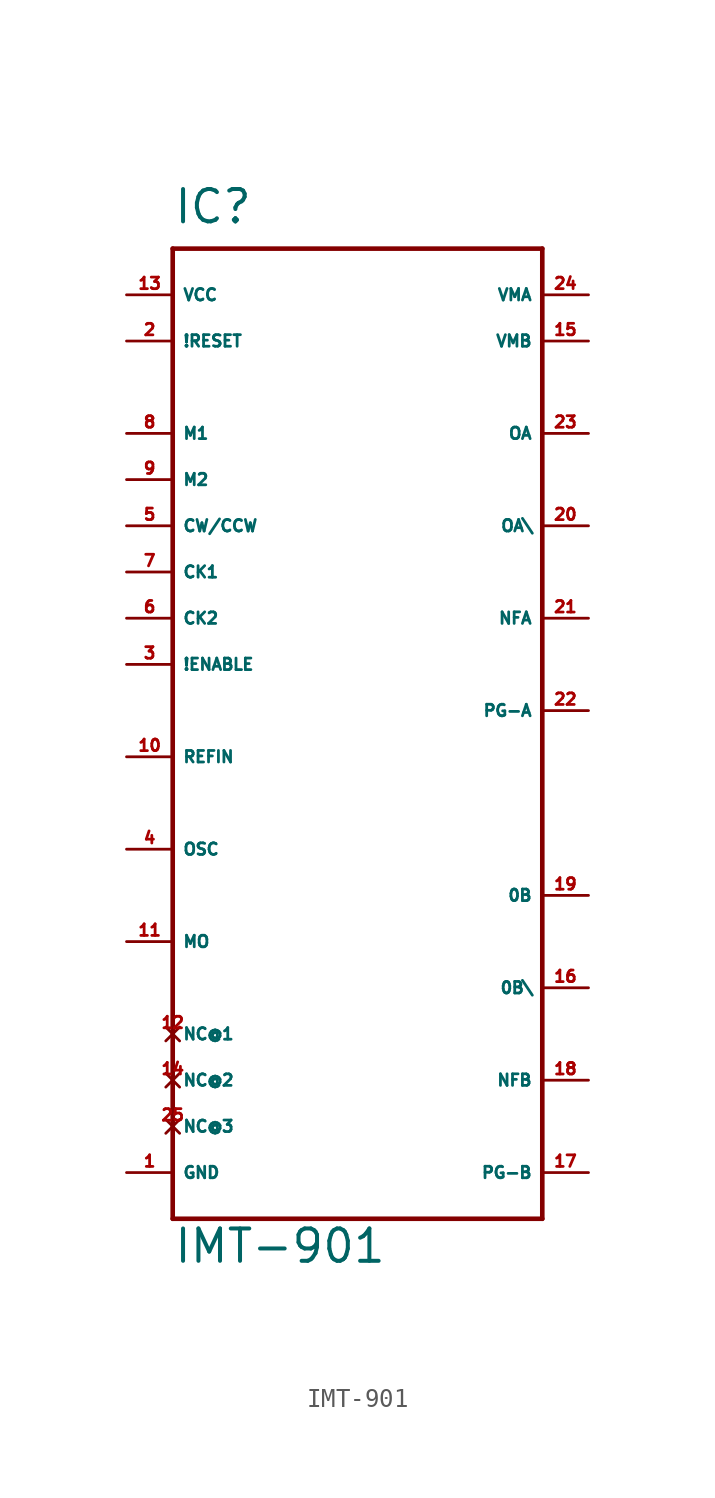
<source format=kicad_sym>
(kicad_symbol_lib
  (version 20220914)
  (generator Eagle2Kicad)
  (symbol "IMT-901"
    (property "Reference" "IC"
      (at -10.16 34.29 0)
      (effects (font (size 1.778 1.778) (thickness 0.22)) (justify left bottom)))
    (property "Value" "IMT-901"
      (at -10.16 -22.86 0)
      (effects (font (size 1.778 1.778) (thickness 0.22)) (justify left bottom)))
    (polyline
      (pts (xy -10.16 33.02) (xy 10.16 33.02))
      (stroke (width 0.254) (type default))
      (fill (type none)))
    (polyline
      (pts (xy 10.16 33.02) (xy 10.16 -20.32))
      (stroke (width 0.254) (type default))
      (fill (type none)))
    (polyline
      (pts (xy 10.16 -20.32) (xy -10.16 -20.32))
      (stroke (width 0.254) (type default))
      (fill (type none)))
    (polyline
      (pts (xy -10.16 -20.32) (xy -10.16 33.02))
      (stroke (width 0.254) (type default))
      (fill (type none)))
    (pin unspecified line
      (at -12.7 -17.78 0)
      (length 2.54)
      (name "GND" (effects (font (size 0.635 0.635) (thickness 0.08)) (justify left bottom)))
      (number "1" (effects (font (size 0.635 0.635) (thickness 0.08)) (justify left bottom))))
    (pin input line
      (at -12.7 27.94 0)
      (length 2.54)
      (name "!RESET" (effects (font (size 0.635 0.635) (thickness 0.08)) (justify left bottom)))
      (number "2" (effects (font (size 0.635 0.635) (thickness 0.08)) (justify left bottom))))
    (pin input line
      (at -12.7 10.16 0)
      (length 2.54)
      (name "!ENABLE" (effects (font (size 0.635 0.635) (thickness 0.08)) (justify left bottom)))
      (number "3" (effects (font (size 0.635 0.635) (thickness 0.08)) (justify left bottom))))
    (pin input line
      (at -12.7 0 0)
      (length 2.54)
      (name "OSC" (effects (font (size 0.635 0.635) (thickness 0.08)) (justify left bottom)))
      (number "4" (effects (font (size 0.635 0.635) (thickness 0.08)) (justify left bottom))))
    (pin input line
      (at -12.7 17.78 0)
      (length 2.54)
      (name "CW/CCW" (effects (font (size 0.635 0.635) (thickness 0.08)) (justify left bottom)))
      (number "5" (effects (font (size 0.635 0.635) (thickness 0.08)) (justify left bottom))))
    (pin input line
      (at -12.7 12.7 0)
      (length 2.54)
      (name "CK2" (effects (font (size 0.635 0.635) (thickness 0.08)) (justify left bottom)))
      (number "6" (effects (font (size 0.635 0.635) (thickness 0.08)) (justify left bottom))))
    (pin input line
      (at -12.7 15.24 0)
      (length 2.54)
      (name "CK1" (effects (font (size 0.635 0.635) (thickness 0.08)) (justify left bottom)))
      (number "7" (effects (font (size 0.635 0.635) (thickness 0.08)) (justify left bottom))))
    (pin input line
      (at -12.7 22.86 0)
      (length 2.54)
      (name "M1" (effects (font (size 0.635 0.635) (thickness 0.08)) (justify left bottom)))
      (number "8" (effects (font (size 0.635 0.635) (thickness 0.08)) (justify left bottom))))
    (pin input line
      (at -12.7 20.32 0)
      (length 2.54)
      (name "M2" (effects (font (size 0.635 0.635) (thickness 0.08)) (justify left bottom)))
      (number "9" (effects (font (size 0.635 0.635) (thickness 0.08)) (justify left bottom))))
    (pin input line
      (at -12.7 5.08 0)
      (length 2.54)
      (name "REFIN" (effects (font (size 0.635 0.635) (thickness 0.08)) (justify left bottom)))
      (number "10" (effects (font (size 0.635 0.635) (thickness 0.08)) (justify left bottom))))
    (pin input line
      (at -12.7 -5.08 0)
      (length 2.54)
      (name "MO" (effects (font (size 0.635 0.635) (thickness 0.08)) (justify left bottom)))
      (number "11" (effects (font (size 0.635 0.635) (thickness 0.08)) (justify left bottom))))
    (pin no_connect line
      (at -10.16 -10.16 0)
      (length 0)
      (name "NC@1" (effects (font (size 0.635 0.635) (thickness 0.08)) (justify left bottom) hide))
      (number "12" (effects (font (size 0.635 0.635) (thickness 0.08)) (justify left bottom) hide)))
    (pin unspecified line
      (at -12.7 30.48 0)
      (length 2.54)
      (name "VCC" (effects (font (size 0.635 0.635) (thickness 0.08)) (justify left bottom)))
      (number "13" (effects (font (size 0.635 0.635) (thickness 0.08)) (justify left bottom))))
    (pin no_connect line
      (at -10.16 -12.7 0)
      (length 0)
      (name "NC@2" (effects (font (size 0.635 0.635) (thickness 0.08)) (justify left bottom) hide))
      (number "14" (effects (font (size 0.635 0.635) (thickness 0.08)) (justify left bottom) hide)))
    (pin input line
      (at 12.7 27.94 180)
      (length 2.54)
      (name "VMB" (effects (font (size 0.635 0.635) (thickness 0.08)) (justify left bottom)))
      (number "15" (effects (font (size 0.635 0.635) (thickness 0.08)) (justify left bottom))))
    (pin output line
      (at 12.7 -7.62 180)
      (length 2.54)
      (name "0B\\" (effects (font (size 0.635 0.635) (thickness 0.08)) (justify left bottom)))
      (number "16" (effects (font (size 0.635 0.635) (thickness 0.08)) (justify left bottom))))
    (pin input line
      (at 12.7 -17.78 180)
      (length 2.54)
      (name "PG-B" (effects (font (size 0.635 0.635) (thickness 0.08)) (justify left bottom)))
      (number "17" (effects (font (size 0.635 0.635) (thickness 0.08)) (justify left bottom))))
    (pin input line
      (at 12.7 -12.7 180)
      (length 2.54)
      (name "NFB" (effects (font (size 0.635 0.635) (thickness 0.08)) (justify left bottom)))
      (number "18" (effects (font (size 0.635 0.635) (thickness 0.08)) (justify left bottom))))
    (pin output line
      (at 12.7 -2.54 180)
      (length 2.54)
      (name "0B" (effects (font (size 0.635 0.635) (thickness 0.08)) (justify left bottom)))
      (number "19" (effects (font (size 0.635 0.635) (thickness 0.08)) (justify left bottom))))
    (pin output line
      (at 12.7 17.78 180)
      (length 2.54)
      (name "OA\\" (effects (font (size 0.635 0.635) (thickness 0.08)) (justify left bottom)))
      (number "20" (effects (font (size 0.635 0.635) (thickness 0.08)) (justify left bottom))))
    (pin input line
      (at 12.7 12.7 180)
      (length 2.54)
      (name "NFA" (effects (font (size 0.635 0.635) (thickness 0.08)) (justify left bottom)))
      (number "21" (effects (font (size 0.635 0.635) (thickness 0.08)) (justify left bottom))))
    (pin input line
      (at 12.7 7.62 180)
      (length 2.54)
      (name "PG-A" (effects (font (size 0.635 0.635) (thickness 0.08)) (justify left bottom)))
      (number "22" (effects (font (size 0.635 0.635) (thickness 0.08)) (justify left bottom))))
    (pin output line
      (at 12.7 22.86 180)
      (length 2.54)
      (name "OA" (effects (font (size 0.635 0.635) (thickness 0.08)) (justify left bottom)))
      (number "23" (effects (font (size 0.635 0.635) (thickness 0.08)) (justify left bottom))))
    (pin input line
      (at 12.7 30.48 180)
      (length 2.54)
      (name "VMA" (effects (font (size 0.635 0.635) (thickness 0.08)) (justify left bottom)))
      (number "24" (effects (font (size 0.635 0.635) (thickness 0.08)) (justify left bottom))))
    (pin no_connect line
      (at -10.16 -15.24 0)
      (length 0)
      (name "NC@3" (effects (font (size 0.635 0.635) (thickness 0.08)) (justify left bottom) hide))
      (number "25" (effects (font (size 0.635 0.635) (thickness 0.08)) (justify left bottom) hide)))))
</source>
